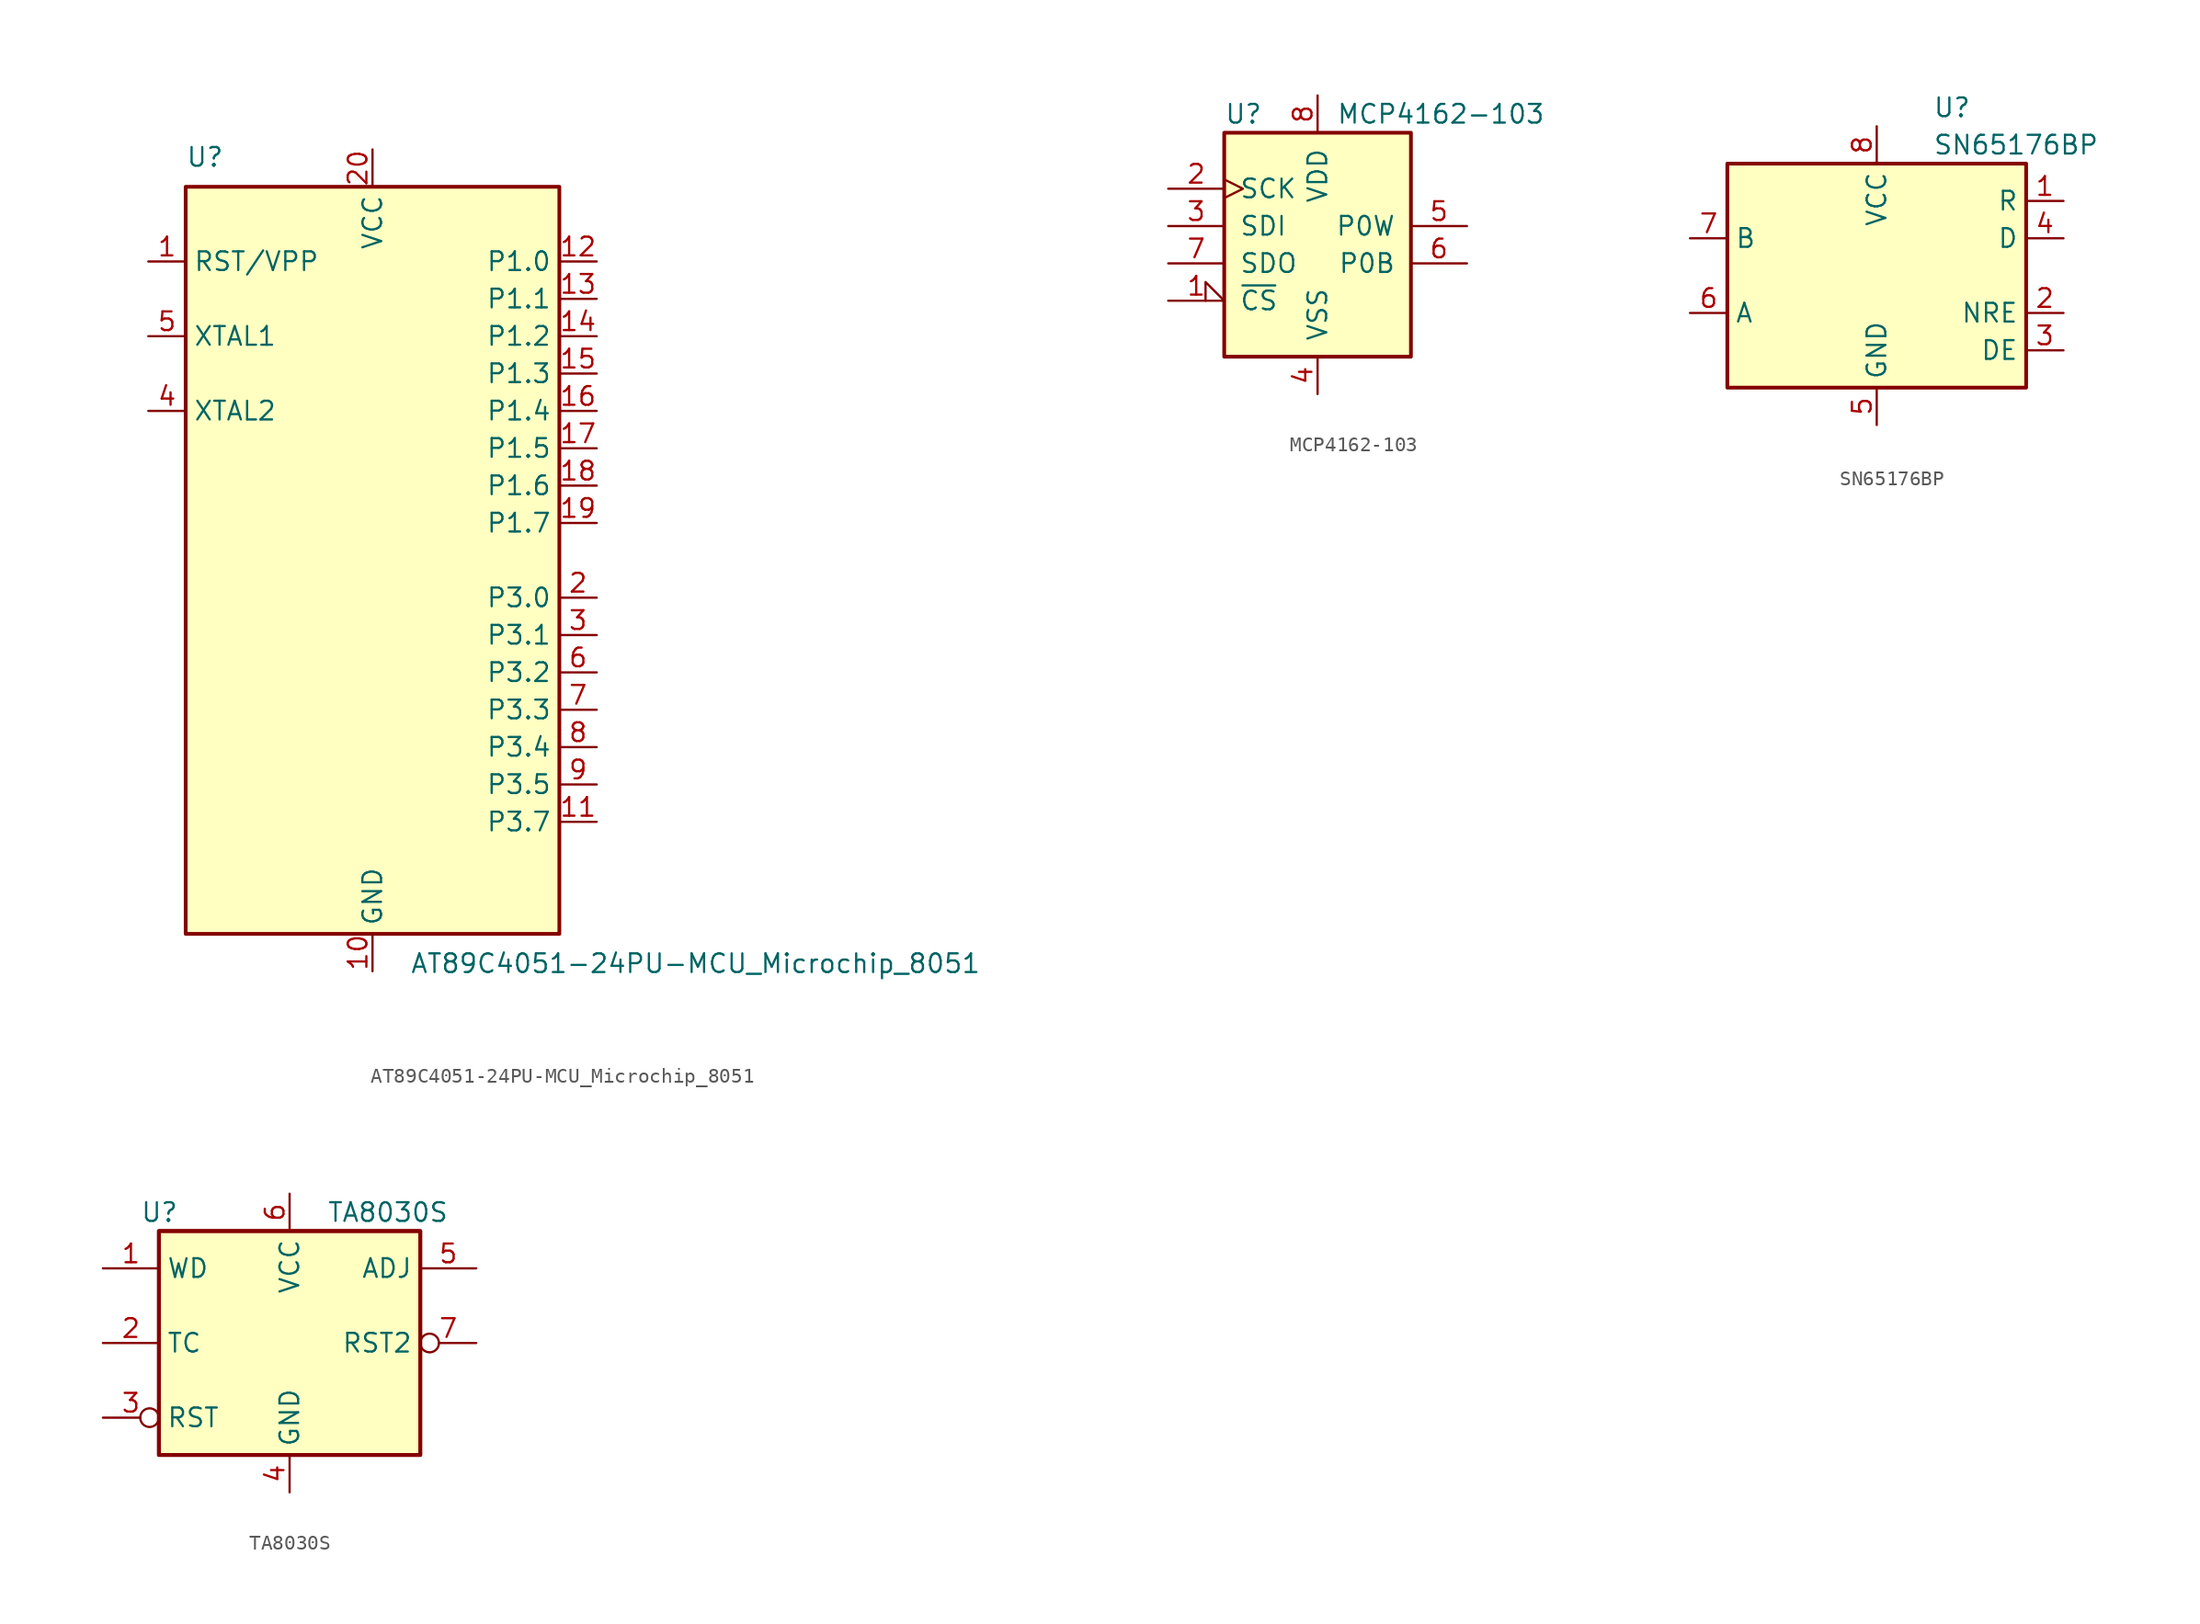
<source format=kicad_sym>
(kicad_symbol_lib
  (version 20211014)
  (generator kicad_symbol_editor)
  (symbol "AT89C4051-24PU-MCU_Microchip_8051"
    (property "Reference" "U"
      (at -12.7 26.67 0)
      (effects (font (size 1.27 1.27)) (justify left bottom)))
    (property "Value" "AT89C4051-24PU-MCU_Microchip_8051"
      (at 2.54 -26.67 0)
      (effects (font (size 1.27 1.27)) (justify left top)))
    (symbol "AT89C4051-24PU-MCU_Microchip_8051_0_1"
      (rectangle (start -12.7 -25.4) (end 12.7 25.4) (stroke (width 0.254) (type default) (color 0 0 0 0)) (fill (type background))))
    (symbol "AT89C4051-24PU-MCU_Microchip_8051_1_1"
      (pin input line (at -15.24 20.32 0) (length 2.54) (name "RST/VPP" (effects (font (size 1.27 1.27)))) (number "1" (effects (font (size 1.27 1.27)))))
      (pin power_in line (at 0 -27.94 90) (length 2.54) (name "GND" (effects (font (size 1.27 1.27)))) (number "10" (effects (font (size 1.27 1.27)))))
      (pin bidirectional line (at 15.24 -17.78 180) (length 2.54) (name "P3.7" (effects (font (size 1.27 1.27)))) (number "11" (effects (font (size 1.27 1.27)))))
      (pin bidirectional line (at 15.24 20.32 180) (length 2.54) (name "P1.0" (effects (font (size 1.27 1.27)))) (number "12" (effects (font (size 1.27 1.27)))))
      (pin bidirectional line (at 15.24 17.78 180) (length 2.54) (name "P1.1" (effects (font (size 1.27 1.27)))) (number "13" (effects (font (size 1.27 1.27)))))
      (pin bidirectional line (at 15.24 15.24 180) (length 2.54) (name "P1.2" (effects (font (size 1.27 1.27)))) (number "14" (effects (font (size 1.27 1.27)))))
      (pin bidirectional line (at 15.24 12.7 180) (length 2.54) (name "P1.3" (effects (font (size 1.27 1.27)))) (number "15" (effects (font (size 1.27 1.27)))))
      (pin bidirectional line (at 15.24 10.16 180) (length 2.54) (name "P1.4" (effects (font (size 1.27 1.27)))) (number "16" (effects (font (size 1.27 1.27)))))
      (pin bidirectional line (at 15.24 7.62 180) (length 2.54) (name "P1.5" (effects (font (size 1.27 1.27)))) (number "17" (effects (font (size 1.27 1.27)))))
      (pin bidirectional line (at 15.24 5.08 180) (length 2.54) (name "P1.6" (effects (font (size 1.27 1.27)))) (number "18" (effects (font (size 1.27 1.27)))))
      (pin bidirectional line (at 15.24 2.54 180) (length 2.54) (name "P1.7" (effects (font (size 1.27 1.27)))) (number "19" (effects (font (size 1.27 1.27)))))
      (pin bidirectional line (at 15.24 -2.54 180) (length 2.54) (name "P3.0" (effects (font (size 1.27 1.27)))) (number "2" (effects (font (size 1.27 1.27)))))
      (pin power_in line (at 0 27.94 270) (length 2.54) (name "VCC" (effects (font (size 1.27 1.27)))) (number "20" (effects (font (size 1.27 1.27)))))
      (pin bidirectional line (at 15.24 -5.08 180) (length 2.54) (name "P3.1" (effects (font (size 1.27 1.27)))) (number "3" (effects (font (size 1.27 1.27)))))
      (pin output line (at -15.24 10.16 0) (length 2.54) (name "XTAL2" (effects (font (size 1.27 1.27)))) (number "4" (effects (font (size 1.27 1.27)))))
      (pin input line (at -15.24 15.24 0) (length 2.54) (name "XTAL1" (effects (font (size 1.27 1.27)))) (number "5" (effects (font (size 1.27 1.27)))))
      (pin bidirectional line (at 15.24 -7.62 180) (length 2.54) (name "P3.2" (effects (font (size 1.27 1.27)))) (number "6" (effects (font (size 1.27 1.27)))))
      (pin bidirectional line (at 15.24 -10.16 180) (length 2.54) (name "P3.3" (effects (font (size 1.27 1.27)))) (number "7" (effects (font (size 1.27 1.27)))))
      (pin bidirectional line (at 15.24 -12.7 180) (length 2.54) (name "P3.4" (effects (font (size 1.27 1.27)))) (number "8" (effects (font (size 1.27 1.27)))))
      (pin bidirectional line (at 15.24 -15.24 180) (length 2.54) (name "P3.5" (effects (font (size 1.27 1.27)))) (number "9" (effects (font (size 1.27 1.27)))))))
  (symbol "MCP4162-103"
    (pin_names
      (offset 1.016))
    (property "Reference" "U"
      (at -6.35 8.89 0)
      (effects (font (size 1.27 1.27)) (justify left)))
    (property "Value" "MCP4162-103"
      (at 1.27 8.89 0)
      (effects (font (size 1.27 1.27)) (justify left)))
    (symbol "MCP4162-103_0_1"
      (rectangle (start -6.35 7.62) (end 6.35 -7.62) (stroke (width 0.254) (type default) (color 0 0 0 0)) (fill (type background))))
    (symbol "MCP4162-103_1_1"
      (pin input input_low (at -10.16 -3.81 0) (length 3.81) (name "~{CS}" (effects (font (size 1.27 1.27)))) (number "1" (effects (font (size 1.27 1.27)))))
      (pin passive clock (at -10.16 3.81 0) (length 3.81) (name "SCK" (effects (font (size 1.27 1.27)))) (number "2" (effects (font (size 1.27 1.27)))))
      (pin input line (at -10.16 1.27 0) (length 3.81) (name "SDI" (effects (font (size 1.27 1.27)))) (number "3" (effects (font (size 1.27 1.27)))))
      (pin power_in line (at 0 -10.16 90) (length 2.54) (name "VSS" (effects (font (size 1.27 1.27)))) (number "4" (effects (font (size 1.27 1.27)))))
      (pin passive line (at 10.16 1.27 180) (length 3.81) (name "P0W" (effects (font (size 1.27 1.27)))) (number "5" (effects (font (size 1.27 1.27)))))
      (pin passive line (at 10.16 -1.27 180) (length 3.81) (name "P0B" (effects (font (size 1.27 1.27)))) (number "6" (effects (font (size 1.27 1.27)))))
      (pin output line (at -10.16 -1.27 0) (length 3.81) (name "SDO" (effects (font (size 1.27 1.27)))) (number "7" (effects (font (size 1.27 1.27)))))
      (pin power_in line (at 0 10.16 270) (length 2.54) (name "VDD" (effects (font (size 1.27 1.27)))) (number "8" (effects (font (size 1.27 1.27)))))))
  (symbol "SN65176BP"
    (property "Reference" "U"
      (at 3.81 11.43 0)
      (effects (font (size 1.27 1.27)) (justify left)))
    (property "Value" "SN65176BP"
      (at 3.81 8.89 0)
      (effects (font (size 1.27 1.27)) (justify left)))
    (symbol "SN65176BP_0_1"
      (rectangle (start -10.16 -7.62) (end 10.16 7.62) (stroke (width 0.254) (type default) (color 0 0 0 0)) (fill (type background))))
    (symbol "SN65176BP_1_1"
      (pin output line (at 12.7 5.08 180) (length 2.54) (name "R" (effects (font (size 1.27 1.27)))) (number "1" (effects (font (size 1.27 1.27)))))
      (pin input line (at 12.7 -2.54 180) (length 2.54) (name "NRE" (effects (font (size 1.27 1.27)))) (number "2" (effects (font (size 1.27 1.27)))))
      (pin input line (at 12.7 -5.08 180) (length 2.54) (name "DE" (effects (font (size 1.27 1.27)))) (number "3" (effects (font (size 1.27 1.27)))))
      (pin input line (at 12.7 2.54 180) (length 2.54) (name "D" (effects (font (size 1.27 1.27)))) (number "4" (effects (font (size 1.27 1.27)))))
      (pin power_in line (at 0 -10.16 90) (length 2.54) (name "GND" (effects (font (size 1.27 1.27)))) (number "5" (effects (font (size 1.27 1.27)))))
      (pin input line (at -12.7 -2.54 0) (length 2.54) (name "A" (effects (font (size 1.27 1.27)))) (number "6" (effects (font (size 1.27 1.27)))))
      (pin input line (at -12.7 2.54 0) (length 2.54) (name "B" (effects (font (size 1.27 1.27)))) (number "7" (effects (font (size 1.27 1.27)))))
      (pin power_in line (at 0 10.16 270) (length 2.54) (name "VCC" (effects (font (size 1.27 1.27)))) (number "8" (effects (font (size 1.27 1.27)))))))
  (symbol "TA8030S"
    (property "Reference" "U"
      (at -10.16 8.89 0)
      (effects (font (size 1.27 1.27)) (justify left)))
    (property "Value" "TA8030S"
      (at 2.54 8.89 0)
      (effects (font (size 1.27 1.27)) (justify left)))
    (symbol "TA8030S_0_0"
      (pin power_in line (at 0 -10.16 90) (length 2.54) (name "GND" (effects (font (size 1.27 1.27)))) (number "4" (effects (font (size 1.27 1.27)))))
      (pin power_in line (at 0 10.16 270) (length 2.54) (name "VCC" (effects (font (size 1.27 1.27)))) (number "6" (effects (font (size 1.27 1.27))))))
    (symbol "TA8030S_0_1"
      (rectangle (start -8.89 -7.62) (end 8.89 7.62) (stroke (width 0.254) (type default) (color 0 0 0 0)) (fill (type background)))
      (rectangle (start -8.89 -7.62) (end 8.89 7.62) (stroke (width 0.254) (type default) (color 0 0 0 0)) (fill (type background))))
    (symbol "TA8030S_1_1"
      (pin input line (at -12.7 5.08 0) (length 3.81) (name "WD" (effects (font (size 1.27 1.27)))) (number "1" (effects (font (size 1.27 1.27)))))
      (pin input line (at -12.7 0 0) (length 3.81) (name "TC" (effects (font (size 1.27 1.27)))) (number "2" (effects (font (size 1.27 1.27)))))
      (pin input inverted (at -12.7 -5.08 0) (length 3.81) (name "RST" (effects (font (size 1.27 1.27)))) (number "3" (effects (font (size 1.27 1.27)))))
      (pin output line (at 12.7 5.08 180) (length 3.81) (name "ADJ" (effects (font (size 1.27 1.27)))) (number "5" (effects (font (size 1.27 1.27)))))
      (pin input inverted (at 12.7 0 180) (length 3.81) (name "RST2" (effects (font (size 1.27 1.27)))) (number "7" (effects (font (size 1.27 1.27))))))))
</source>
